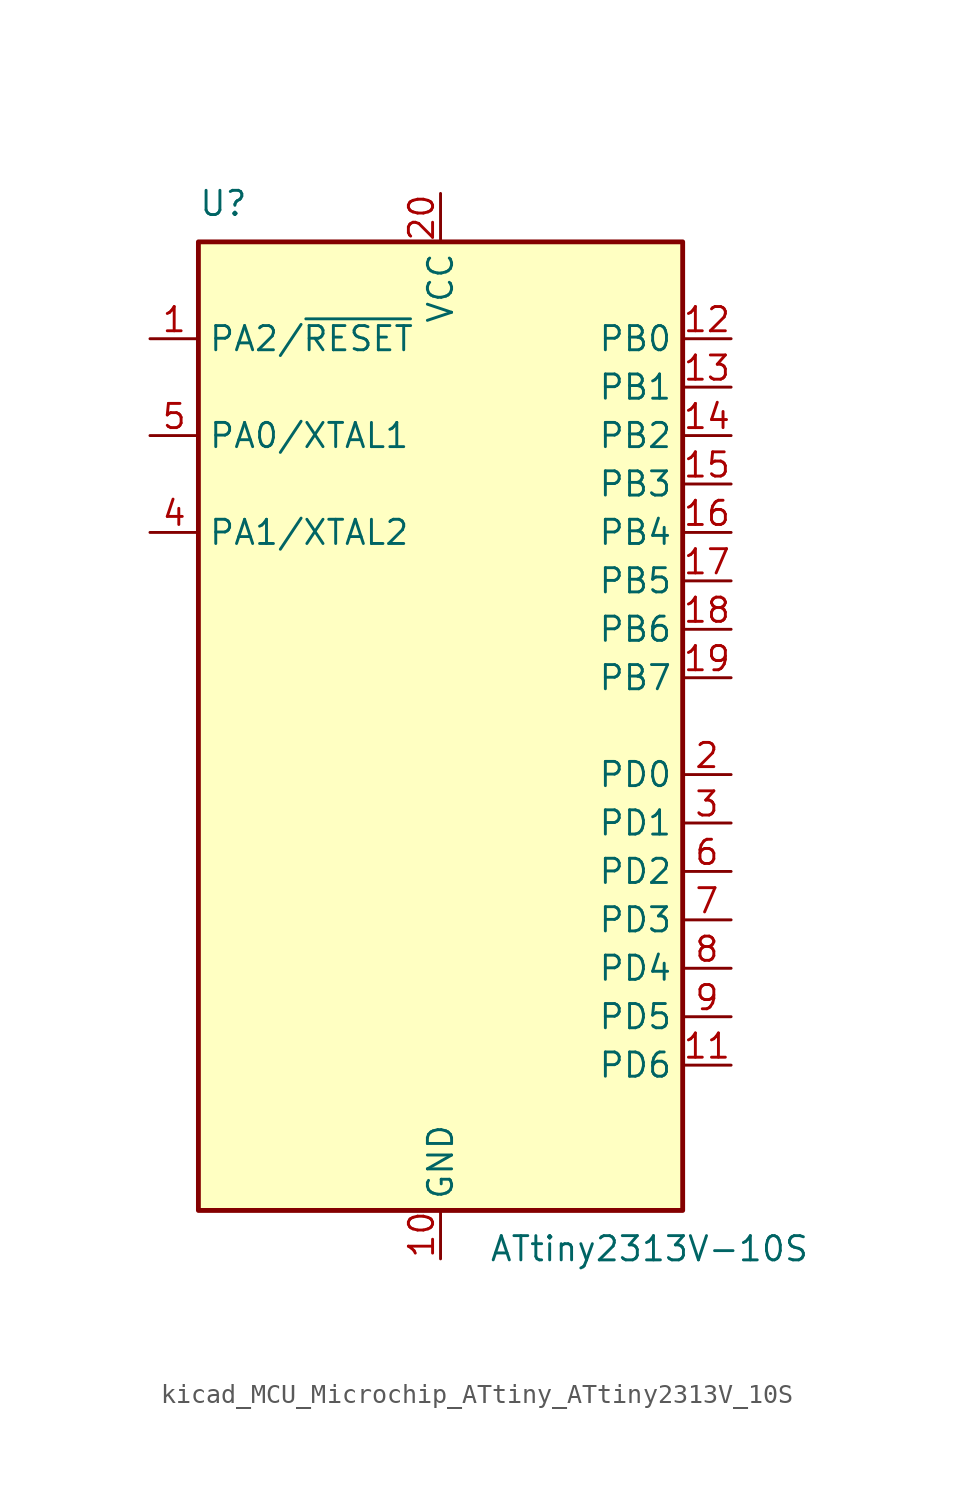
<source format=kicad_sym>
(kicad_symbol_lib
  (version 20220914)
  (generator kicad_symbol_editor)
  (symbol "kicad_MCU_Microchip_ATtiny_ATtiny2313V_10S"
    (property "Reference" "U"
      (at -12.7 26.67 0)
      (effects (font (size 1.27 1.27)) (justify left bottom)))
    (property "Value" "ATtiny2313V-10S"
      (at 2.54 -26.67 0)
      (effects (font (size 1.27 1.27)) (justify left top)))
    (symbol "kicad_MCU_Microchip_ATtiny_ATtiny2313V_10S_0_1"
      (rectangle (start -12.7 -25.4) (end 12.7 25.4) (stroke (width 0.254) (type default)) (fill (type background))))
    (symbol "kicad_MCU_Microchip_ATtiny_ATtiny2313V_10S_1_1"
      (pin bidirectional line (at -15.24 20.32 0) (length 2.54) (name "PA2/~{RESET}" (effects (font (size 1.27 1.27)))) (number "1" (effects (font (size 1.27 1.27)))))
      (pin power_in line (at 0 -27.94 90) (length 2.54) (name "GND" (effects (font (size 1.27 1.27)))) (number "10" (effects (font (size 1.27 1.27)))))
      (pin bidirectional line (at 15.24 -17.78 180) (length 2.54) (name "PD6" (effects (font (size 1.27 1.27)))) (number "11" (effects (font (size 1.27 1.27)))))
      (pin bidirectional line (at 15.24 20.32 180) (length 2.54) (name "PB0" (effects (font (size 1.27 1.27)))) (number "12" (effects (font (size 1.27 1.27)))))
      (pin bidirectional line (at 15.24 17.78 180) (length 2.54) (name "PB1" (effects (font (size 1.27 1.27)))) (number "13" (effects (font (size 1.27 1.27)))))
      (pin bidirectional line (at 15.24 15.24 180) (length 2.54) (name "PB2" (effects (font (size 1.27 1.27)))) (number "14" (effects (font (size 1.27 1.27)))))
      (pin bidirectional line (at 15.24 12.7 180) (length 2.54) (name "PB3" (effects (font (size 1.27 1.27)))) (number "15" (effects (font (size 1.27 1.27)))))
      (pin bidirectional line (at 15.24 10.16 180) (length 2.54) (name "PB4" (effects (font (size 1.27 1.27)))) (number "16" (effects (font (size 1.27 1.27)))))
      (pin bidirectional line (at 15.24 7.62 180) (length 2.54) (name "PB5" (effects (font (size 1.27 1.27)))) (number "17" (effects (font (size 1.27 1.27)))))
      (pin bidirectional line (at 15.24 5.08 180) (length 2.54) (name "PB6" (effects (font (size 1.27 1.27)))) (number "18" (effects (font (size 1.27 1.27)))))
      (pin bidirectional line (at 15.24 2.54 180) (length 2.54) (name "PB7" (effects (font (size 1.27 1.27)))) (number "19" (effects (font (size 1.27 1.27)))))
      (pin bidirectional line (at 15.24 -2.54 180) (length 2.54) (name "PD0" (effects (font (size 1.27 1.27)))) (number "2" (effects (font (size 1.27 1.27)))))
      (pin power_in line (at 0 27.94 270) (length 2.54) (name "VCC" (effects (font (size 1.27 1.27)))) (number "20" (effects (font (size 1.27 1.27)))))
      (pin bidirectional line (at 15.24 -5.08 180) (length 2.54) (name "PD1" (effects (font (size 1.27 1.27)))) (number "3" (effects (font (size 1.27 1.27)))))
      (pin bidirectional line (at -15.24 10.16 0) (length 2.54) (name "PA1/XTAL2" (effects (font (size 1.27 1.27)))) (number "4" (effects (font (size 1.27 1.27)))))
      (pin bidirectional line (at -15.24 15.24 0) (length 2.54) (name "PA0/XTAL1" (effects (font (size 1.27 1.27)))) (number "5" (effects (font (size 1.27 1.27)))))
      (pin bidirectional line (at 15.24 -7.62 180) (length 2.54) (name "PD2" (effects (font (size 1.27 1.27)))) (number "6" (effects (font (size 1.27 1.27)))))
      (pin bidirectional line (at 15.24 -10.16 180) (length 2.54) (name "PD3" (effects (font (size 1.27 1.27)))) (number "7" (effects (font (size 1.27 1.27)))))
      (pin bidirectional line (at 15.24 -12.7 180) (length 2.54) (name "PD4" (effects (font (size 1.27 1.27)))) (number "8" (effects (font (size 1.27 1.27)))))
      (pin bidirectional line (at 15.24 -15.24 180) (length 2.54) (name "PD5" (effects (font (size 1.27 1.27)))) (number "9" (effects (font (size 1.27 1.27))))))))
</source>
